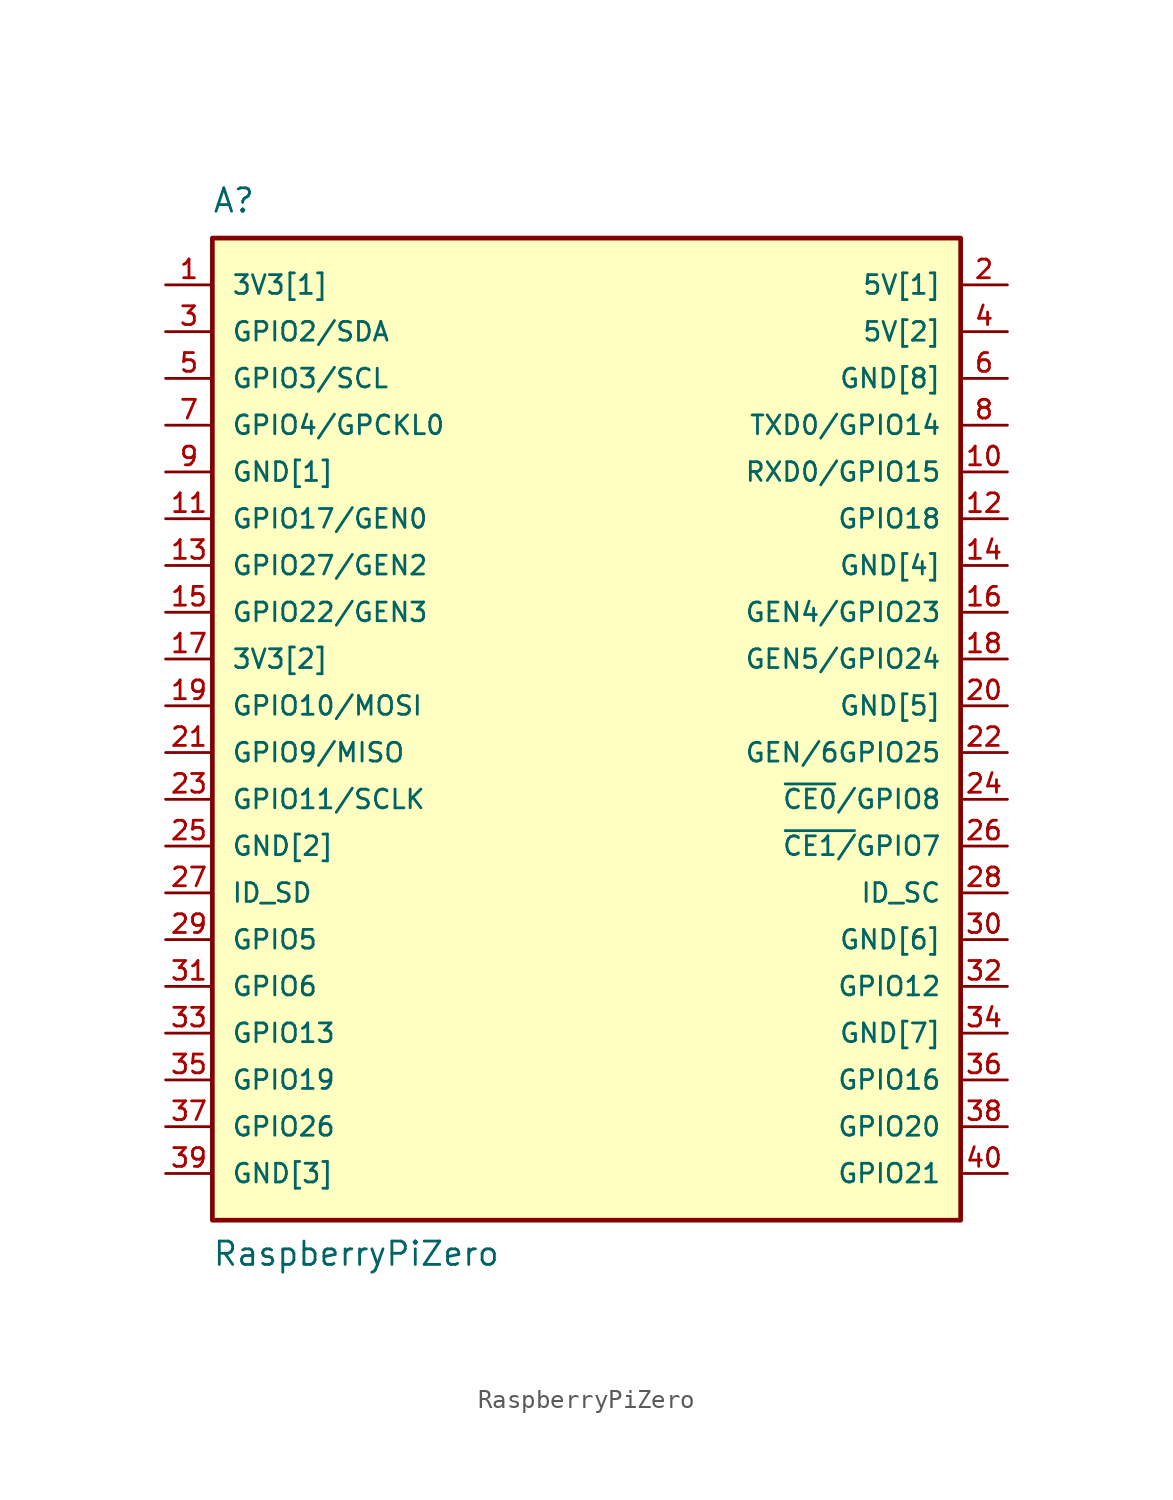
<source format=kicad_sym>
(kicad_symbol_lib
  (version 20211014)
  (generator kicad_symbol_editor)
  (symbol "RaspberryPiZero"
    (pin_names
      (offset 1.016))
    (property "Reference" "A"
      (at -20.345 26.695 0)
      (effects (font (size 1.27 1.27)) (justify left bottom)))
    (property "Value" "RaspberryPiZero"
      (at -20.345 -30.505 0)
      (effects (font (size 1.27 1.27)) (justify left bottom)))
    (property "ki_locked" ""
      (at 0 0 0)
      (effects (font (size 1.27 1.27))))
    (symbol "RaspberryPiZero_0_0"
      (rectangle (start -20.32 -27.94) (end 20.32 25.4) (stroke (width 0.254) (type default) (color 0 0 0 0)) (fill (type background)))
      (pin power_in line (at -22.86 22.86 0) (length 2.54) (name "3V3[1]" (effects (font (size 1.016 1.016)))) (number "1" (effects (font (size 1.016 1.016)))))
      (pin bidirectional line (at 22.86 12.7 180) (length 2.54) (name "RXD0/GPIO15" (effects (font (size 1.016 1.016)))) (number "10" (effects (font (size 1.016 1.016)))))
      (pin bidirectional line (at -22.86 10.16 0) (length 2.54) (name "GPIO17/GEN0" (effects (font (size 1.016 1.016)))) (number "11" (effects (font (size 1.016 1.016)))))
      (pin bidirectional line (at 22.86 10.16 180) (length 2.54) (name "GPIO18" (effects (font (size 1.016 1.016)))) (number "12" (effects (font (size 1.016 1.016)))))
      (pin bidirectional line (at -22.86 7.62 0) (length 2.54) (name "GPIO27/GEN2" (effects (font (size 1.016 1.016)))) (number "13" (effects (font (size 1.016 1.016)))))
      (pin power_in line (at 22.86 7.62 180) (length 2.54) (name "GND[4]" (effects (font (size 1.016 1.016)))) (number "14" (effects (font (size 1.016 1.016)))))
      (pin bidirectional line (at -22.86 5.08 0) (length 2.54) (name "GPIO22/GEN3" (effects (font (size 1.016 1.016)))) (number "15" (effects (font (size 1.016 1.016)))))
      (pin bidirectional line (at 22.86 5.08 180) (length 2.54) (name "GEN4/GPIO23" (effects (font (size 1.016 1.016)))) (number "16" (effects (font (size 1.016 1.016)))))
      (pin power_in line (at -22.86 2.54 0) (length 2.54) (name "3V3[2]" (effects (font (size 1.016 1.016)))) (number "17" (effects (font (size 1.016 1.016)))))
      (pin bidirectional line (at 22.86 2.54 180) (length 2.54) (name "GEN5/GPIO24" (effects (font (size 1.016 1.016)))) (number "18" (effects (font (size 1.016 1.016)))))
      (pin bidirectional line (at -22.86 0 0) (length 2.54) (name "GPIO10/MOSI" (effects (font (size 1.016 1.016)))) (number "19" (effects (font (size 1.016 1.016)))))
      (pin power_in line (at 22.86 22.86 180) (length 2.54) (name "5V[1]" (effects (font (size 1.016 1.016)))) (number "2" (effects (font (size 1.016 1.016)))))
      (pin power_in line (at 22.86 0 180) (length 2.54) (name "GND[5]" (effects (font (size 1.016 1.016)))) (number "20" (effects (font (size 1.016 1.016)))))
      (pin bidirectional line (at -22.86 -2.54 0) (length 2.54) (name "GPIO9/MISO" (effects (font (size 1.016 1.016)))) (number "21" (effects (font (size 1.016 1.016)))))
      (pin bidirectional line (at 22.86 -2.54 180) (length 2.54) (name "GEN/6GPIO25" (effects (font (size 1.016 1.016)))) (number "22" (effects (font (size 1.016 1.016)))))
      (pin bidirectional line (at -22.86 -5.08 0) (length 2.54) (name "GPIO11/SCLK" (effects (font (size 1.016 1.016)))) (number "23" (effects (font (size 1.016 1.016)))))
      (pin bidirectional line (at 22.86 -5.08 180) (length 2.54) (name "~{CE0}/GPIO8" (effects (font (size 1.016 1.016)))) (number "24" (effects (font (size 1.016 1.016)))))
      (pin power_in line (at -22.86 -7.62 0) (length 2.54) (name "GND[2]" (effects (font (size 1.016 1.016)))) (number "25" (effects (font (size 1.016 1.016)))))
      (pin bidirectional line (at 22.86 -7.62 180) (length 2.54) (name "~{CE1/}GPIO7" (effects (font (size 1.016 1.016)))) (number "26" (effects (font (size 1.016 1.016)))))
      (pin bidirectional line (at -22.86 -10.16 0) (length 2.54) (name "ID_SD" (effects (font (size 1.016 1.016)))) (number "27" (effects (font (size 1.016 1.016)))))
      (pin bidirectional line (at 22.86 -10.16 180) (length 2.54) (name "ID_SC" (effects (font (size 1.016 1.016)))) (number "28" (effects (font (size 1.016 1.016)))))
      (pin bidirectional line (at -22.86 -12.7 0) (length 2.54) (name "GPIO5" (effects (font (size 1.016 1.016)))) (number "29" (effects (font (size 1.016 1.016)))))
      (pin bidirectional line (at -22.86 20.32 0) (length 2.54) (name "GPIO2/SDA" (effects (font (size 1.016 1.016)))) (number "3" (effects (font (size 1.016 1.016)))))
      (pin power_in line (at 22.86 -12.7 180) (length 2.54) (name "GND[6]" (effects (font (size 1.016 1.016)))) (number "30" (effects (font (size 1.016 1.016)))))
      (pin bidirectional line (at -22.86 -15.24 0) (length 2.54) (name "GPIO6" (effects (font (size 1.016 1.016)))) (number "31" (effects (font (size 1.016 1.016)))))
      (pin bidirectional line (at 22.86 -15.24 180) (length 2.54) (name "GPIO12" (effects (font (size 1.016 1.016)))) (number "32" (effects (font (size 1.016 1.016)))))
      (pin bidirectional line (at -22.86 -17.78 0) (length 2.54) (name "GPIO13" (effects (font (size 1.016 1.016)))) (number "33" (effects (font (size 1.016 1.016)))))
      (pin power_in line (at 22.86 -17.78 180) (length 2.54) (name "GND[7]" (effects (font (size 1.016 1.016)))) (number "34" (effects (font (size 1.016 1.016)))))
      (pin bidirectional line (at -22.86 -20.32 0) (length 2.54) (name "GPIO19" (effects (font (size 1.016 1.016)))) (number "35" (effects (font (size 1.016 1.016)))))
      (pin bidirectional line (at 22.86 -20.32 180) (length 2.54) (name "GPIO16" (effects (font (size 1.016 1.016)))) (number "36" (effects (font (size 1.016 1.016)))))
      (pin bidirectional line (at -22.86 -22.86 0) (length 2.54) (name "GPIO26" (effects (font (size 1.016 1.016)))) (number "37" (effects (font (size 1.016 1.016)))))
      (pin bidirectional line (at 22.86 -22.86 180) (length 2.54) (name "GPIO20" (effects (font (size 1.016 1.016)))) (number "38" (effects (font (size 1.016 1.016)))))
      (pin power_in line (at -22.86 -25.4 0) (length 2.54) (name "GND[3]" (effects (font (size 1.016 1.016)))) (number "39" (effects (font (size 1.016 1.016)))))
      (pin power_in line (at 22.86 20.32 180) (length 2.54) (name "5V[2]" (effects (font (size 1.016 1.016)))) (number "4" (effects (font (size 1.016 1.016)))))
      (pin bidirectional line (at 22.86 -25.4 180) (length 2.54) (name "GPIO21" (effects (font (size 1.016 1.016)))) (number "40" (effects (font (size 1.016 1.016)))))
      (pin bidirectional line (at -22.86 17.78 0) (length 2.54) (name "GPIO3/SCL" (effects (font (size 1.016 1.016)))) (number "5" (effects (font (size 1.016 1.016)))))
      (pin power_in line (at 22.86 17.78 180) (length 2.54) (name "GND[8]" (effects (font (size 1.016 1.016)))) (number "6" (effects (font (size 1.016 1.016)))))
      (pin bidirectional line (at -22.86 15.24 0) (length 2.54) (name "GPIO4/GPCKL0" (effects (font (size 1.016 1.016)))) (number "7" (effects (font (size 1.016 1.016)))))
      (pin bidirectional line (at 22.86 15.24 180) (length 2.54) (name "TXD0/GPIO14" (effects (font (size 1.016 1.016)))) (number "8" (effects (font (size 1.016 1.016)))))
      (pin power_in line (at -22.86 12.7 0) (length 2.54) (name "GND[1]" (effects (font (size 1.016 1.016)))) (number "9" (effects (font (size 1.016 1.016))))))))
</source>
